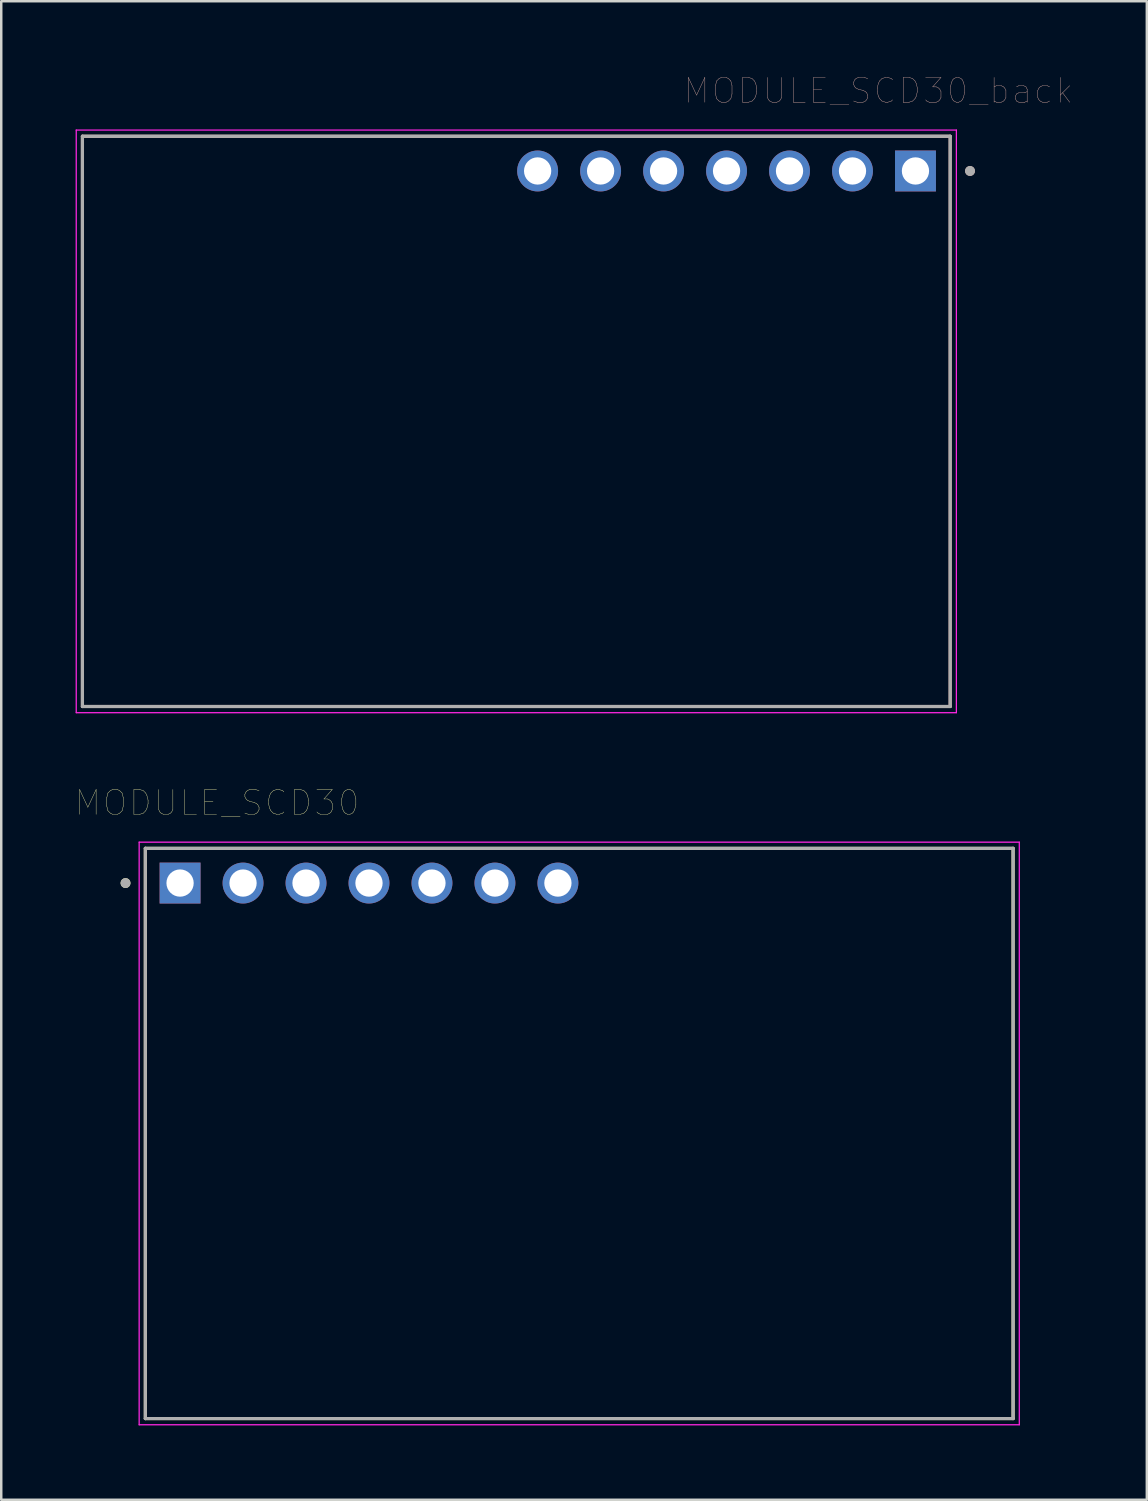
<source format=kicad_pcb>
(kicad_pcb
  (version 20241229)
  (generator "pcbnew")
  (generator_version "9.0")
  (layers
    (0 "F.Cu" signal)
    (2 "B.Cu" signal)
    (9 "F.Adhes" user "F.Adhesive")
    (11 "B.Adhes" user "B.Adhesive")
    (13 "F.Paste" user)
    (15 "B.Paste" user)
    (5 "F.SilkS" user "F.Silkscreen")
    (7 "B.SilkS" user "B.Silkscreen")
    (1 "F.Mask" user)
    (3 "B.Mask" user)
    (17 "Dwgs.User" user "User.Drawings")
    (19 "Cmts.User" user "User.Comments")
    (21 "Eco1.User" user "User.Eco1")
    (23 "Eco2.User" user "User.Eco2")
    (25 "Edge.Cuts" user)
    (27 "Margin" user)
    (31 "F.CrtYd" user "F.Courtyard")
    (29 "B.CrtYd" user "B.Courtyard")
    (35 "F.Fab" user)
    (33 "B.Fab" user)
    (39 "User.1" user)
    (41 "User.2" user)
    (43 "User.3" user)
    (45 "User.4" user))
  (footprint "MODULE_SCD30"
    (layer "F.Cu")
    (at 20.313 42.668)
    (property "Reference" "MODULE_SCD30" (at -14.605 -13.335 0) (layer "F.SilkS") (effects (font (size 1 1) (thickness 0.015))))
    (attr through_hole)
    (fp_line (start -17.5 -11.5) (end 17.5 -11.5) (stroke (width 0.127) (type solid)) (layer "F.SilkS"))
    (fp_line (start -17.5 11.5) (end -17.5 -11.5) (stroke (width 0.127) (type solid)) (layer "F.SilkS"))
    (fp_line (start 17.5 -11.5) (end 17.5 11.5) (stroke (width 0.127) (type solid)) (layer "F.SilkS"))
    (fp_line (start 17.5 11.5) (end -17.5 11.5) (stroke (width 0.127) (type solid)) (layer "F.SilkS"))
    (fp_circle (center -18.3 -10.1) (end -18.2 -10.1) (stroke (width 0.2) (type solid)) (fill no) (layer "F.SilkS"))
    (fp_line (start -17.75 -11.75) (end 17.75 -11.75) (stroke (width 0.05) (type solid)) (layer "F.CrtYd"))
    (fp_line (start -17.75 11.75) (end -17.75 -11.75) (stroke (width 0.05) (type solid)) (layer "F.CrtYd"))
    (fp_line (start 17.75 -11.75) (end 17.75 11.75) (stroke (width 0.05) (type solid)) (layer "F.CrtYd"))
    (fp_line (start 17.75 11.75) (end -17.75 11.75) (stroke (width 0.05) (type solid)) (layer "F.CrtYd"))
    (fp_line (start -17.5 -11.5) (end 17.5 -11.5) (stroke (width 0.127) (type solid)) (layer "F.Fab"))
    (fp_line (start -17.5 11.5) (end -17.5 -11.5) (stroke (width 0.127) (type solid)) (layer "F.Fab"))
    (fp_line (start 17.5 -11.5) (end 17.5 11.5) (stroke (width 0.127) (type solid)) (layer "F.Fab"))
    (fp_line (start 17.5 11.5) (end -17.5 11.5) (stroke (width 0.127) (type solid)) (layer "F.Fab"))
    (fp_circle (center -18.3 -10.1) (end -18.2 -10.1) (stroke (width 0.2) (type solid)) (fill no) (layer "F.Fab"))
    (pad "1" thru_hole rect (at -16.1 -10.1) (size 1.65 1.65) (drill 1.1) (layers "*.Cu" "*.Mask"))
    (pad "2" thru_hole circle (at -13.56 -10.1) (size 1.65 1.65) (drill 1.1) (layers "*.Cu" "*.Mask"))
    (pad "3" thru_hole circle (at -11.02 -10.1) (size 1.65 1.65) (drill 1.1) (layers "*.Cu" "*.Mask"))
    (pad "4" thru_hole circle (at -8.48 -10.1) (size 1.65 1.65) (drill 1.1) (layers "*.Cu" "*.Mask"))
    (pad "5" thru_hole circle (at -5.94 -10.1) (size 1.65 1.65) (drill 1.1) (layers "*.Cu" "*.Mask"))
    (pad "6" thru_hole circle (at -3.4 -10.1) (size 1.65 1.65) (drill 1.1) (layers "*.Cu" "*.Mask"))
    (pad "7" thru_hole circle (at -0.86 -10.1) (size 1.65 1.65) (drill 1.1) (layers "*.Cu" "*.Mask")))
  (footprint "MODULE_SCD30_back"
    (layer "F.Cu")
    (at 17.775 13.946)
    (property "Reference" "MODULE_SCD30_back" (at 14.605 -13.335 0) (layer "B.SilkS") (effects (font (size 1 1) (thickness 0.015))))
    (attr through_hole)
    (fp_line (start -17.5 -11.5) (end -17.5 11.5) (stroke (width 0.127) (type solid)) (layer "B.SilkS"))
    (fp_line (start -17.5 11.5) (end 17.5 11.5) (stroke (width 0.127) (type solid)) (layer "B.SilkS"))
    (fp_line (start 17.5 -11.5) (end -17.5 -11.5) (stroke (width 0.127) (type solid)) (layer "B.SilkS"))
    (fp_line (start 17.5 11.5) (end 17.5 -11.5) (stroke (width 0.127) (type solid)) (layer "B.SilkS"))
    (fp_circle (center 18.3 -10.1) (end 18.4 -10.1) (stroke (width 0.2) (type solid)) (fill no) (layer "B.SilkS"))
    (fp_line (start -17.75 -11.75) (end -17.75 11.75) (stroke (width 0.05) (type solid)) (layer "F.CrtYd"))
    (fp_line (start -17.75 11.75) (end 17.75 11.75) (stroke (width 0.05) (type solid)) (layer "F.CrtYd"))
    (fp_line (start 17.75 -11.75) (end -17.75 -11.75) (stroke (width 0.05) (type solid)) (layer "F.CrtYd"))
    (fp_line (start 17.75 11.75) (end 17.75 -11.75) (stroke (width 0.05) (type solid)) (layer "F.CrtYd"))
    (fp_line (start -17.5 -11.5) (end -17.5 11.5) (stroke (width 0.127) (type solid)) (layer "F.Fab"))
    (fp_line (start -17.5 11.5) (end 17.5 11.5) (stroke (width 0.127) (type solid)) (layer "F.Fab"))
    (fp_line (start 17.5 -11.5) (end -17.5 -11.5) (stroke (width 0.127) (type solid)) (layer "F.Fab"))
    (fp_line (start 17.5 11.5) (end 17.5 -11.5) (stroke (width 0.127) (type solid)) (layer "F.Fab"))
    (fp_circle (center 18.3 -10.1) (end 18.2 -10.1) (stroke (width 0.2) (type solid)) (fill no) (layer "F.Fab"))
    (pad "1" thru_hole rect (at 16.1 -10.1) (size 1.65 1.65) (drill 1.1) (layers "*.Cu" "*.Mask"))
    (pad "2" thru_hole circle (at 13.56 -10.1) (size 1.65 1.65) (drill 1.1) (layers "*.Cu" "*.Mask"))
    (pad "3" thru_hole circle (at 11.02 -10.1) (size 1.65 1.65) (drill 1.1) (layers "*.Cu" "*.Mask"))
    (pad "4" thru_hole circle (at 8.48 -10.1) (size 1.65 1.65) (drill 1.1) (layers "*.Cu" "*.Mask"))
    (pad "5" thru_hole circle (at 5.94 -10.1) (size 1.65 1.65) (drill 1.1) (layers "*.Cu" "*.Mask"))
    (pad "6" thru_hole circle (at 3.4 -10.1) (size 1.65 1.65) (drill 1.1) (layers "*.Cu" "*.Mask"))
    (pad "7" thru_hole circle (at 0.86 -10.1) (size 1.65 1.65) (drill 1.1) (layers "*.Cu" "*.Mask")))
  (gr_rect
    (start -3 -3)
    (end 43.207 57.443)
    (stroke (width 0.1) (type default))
    (fill no)
    (layer "Edge.Cuts")))
</source>
